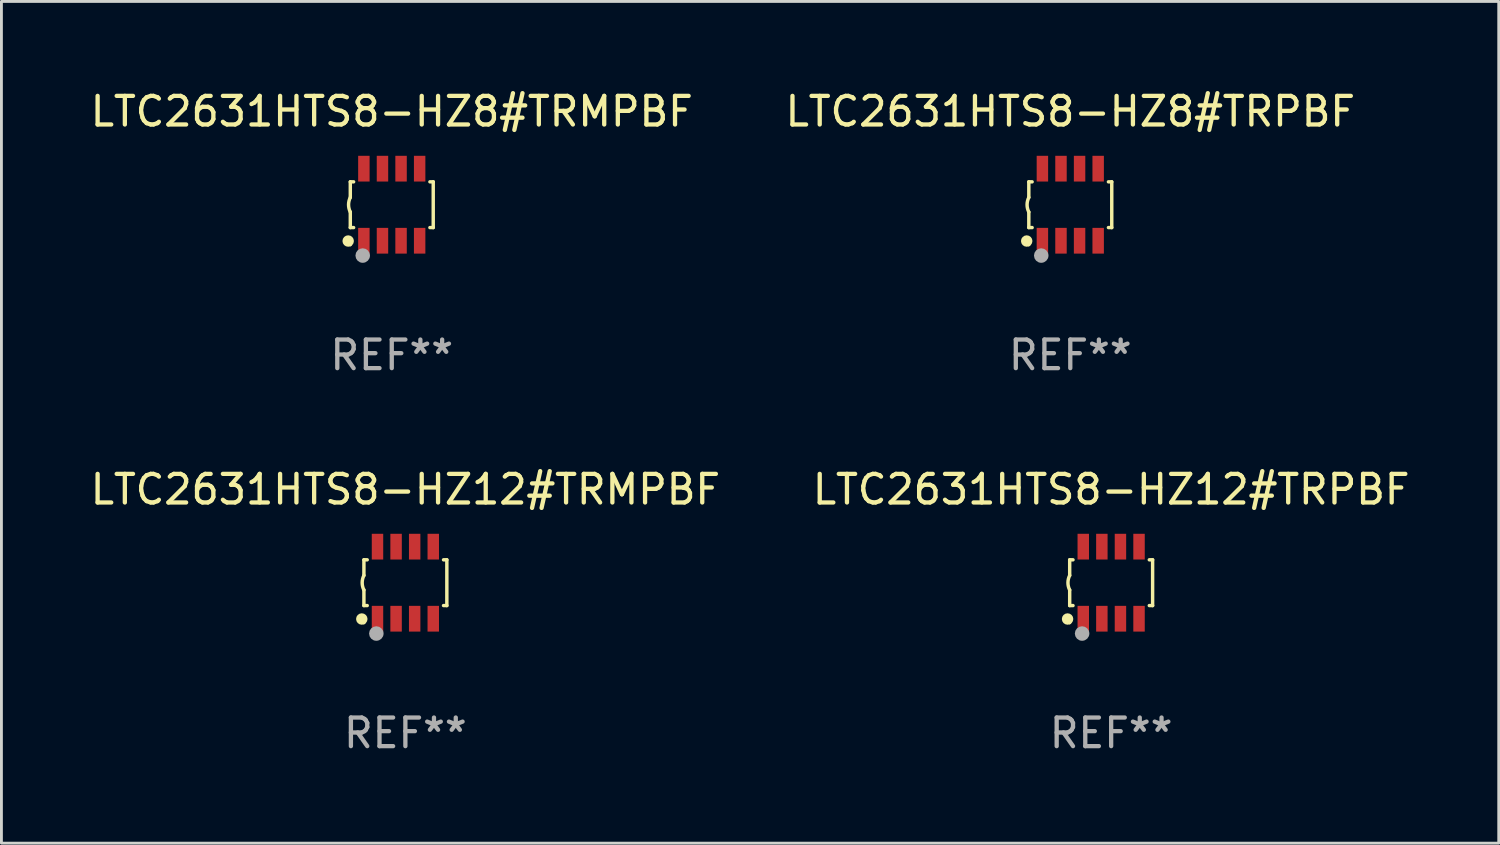
<source format=kicad_pcb>
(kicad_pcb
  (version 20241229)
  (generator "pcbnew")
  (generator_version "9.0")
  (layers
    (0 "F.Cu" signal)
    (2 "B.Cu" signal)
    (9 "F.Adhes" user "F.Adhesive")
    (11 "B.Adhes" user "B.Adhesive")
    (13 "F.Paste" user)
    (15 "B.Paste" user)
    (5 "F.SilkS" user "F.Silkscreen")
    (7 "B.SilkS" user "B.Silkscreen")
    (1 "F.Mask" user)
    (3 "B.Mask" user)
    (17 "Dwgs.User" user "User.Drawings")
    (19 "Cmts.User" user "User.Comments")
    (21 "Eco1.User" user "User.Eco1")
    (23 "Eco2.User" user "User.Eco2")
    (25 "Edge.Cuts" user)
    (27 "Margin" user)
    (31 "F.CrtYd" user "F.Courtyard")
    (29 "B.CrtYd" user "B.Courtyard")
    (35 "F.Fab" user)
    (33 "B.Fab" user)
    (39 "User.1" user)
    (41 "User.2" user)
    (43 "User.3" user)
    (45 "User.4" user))
  (footprint "LTC2631HTS8-HZ8#TRPBF"
    (layer "F.Cu")
    (at 34.375 4.108)
    (property "Reference" "LTC2631HTS8-HZ8#TRPBF" (at 0 -3.26 0) (layer "F.SilkS") (effects (font (size 1 1) (thickness 0.15))))
    (attr through_hole)
    (fp_line (start -1.45 -0.8) (end -1.45 -0.254) (stroke (width 0.12) (type solid)) (layer "F.SilkS"))
    (fp_line (start -1.45 -0.8) (end -1.334 -0.8) (stroke (width 0.12) (type solid)) (layer "F.SilkS"))
    (fp_line (start -1.45 0.8) (end -1.45 0.254) (stroke (width 0.12) (type solid)) (layer "F.SilkS"))
    (fp_line (start -1.45 0.8) (end -1.334 0.8) (stroke (width 0.12) (type solid)) (layer "F.SilkS"))
    (fp_line (start 1.334 -0.8) (end 1.45 -0.8) (stroke (width 0.12) (type solid)) (layer "F.SilkS"))
    (fp_line (start 1.334 0.8) (end 1.45 0.8) (stroke (width 0.12) (type solid)) (layer "F.SilkS"))
    (fp_line (start 1.45 0.8) (end 1.45 -0.8) (stroke (width 0.12) (type solid)) (layer "F.SilkS"))
    (fp_arc (start -1.45075 0.255144) (mid -1.510605 0.000434) (end -1.450013 -0.254102) (stroke (width 0.11999) (type solid)) (layer "F.SilkS"))
    (fp_circle (center -1.524 1.27) (end -1.424 1.27) (stroke (width 0.2) (type solid)) (fill no) (layer "F.SilkS"))
    (fp_circle (center -1.45 1.4) (end -1.42 1.4) (stroke (width 0.06) (type solid)) (fill no) (layer "F.SilkS"))
    (fp_circle (center -1.016 1.778) (end -0.889 1.778) (stroke (width 0.254) (type solid)) (fill no) (layer "F.Fab"))
    (fp_text user "REF**" (at 0 5.26 0) (layer "F.Fab") (effects (font (size 1 1) (thickness 0.15))))
    (pad "1" smd rect (at -0.975 1.26) (size 0.4 0.9) (layers "F.Cu" "F.Mask" "F.Paste"))
    (pad "2" smd rect (at -0.325 1.26) (size 0.4 0.9) (layers "F.Cu" "F.Mask" "F.Paste"))
    (pad "3" smd rect (at 0.325 1.26) (size 0.4 0.9) (layers "F.Cu" "F.Mask" "F.Paste"))
    (pad "4" smd rect (at 0.975 1.26) (size 0.4 0.9) (layers "F.Cu" "F.Mask" "F.Paste"))
    (pad "5" smd rect (at 0.975 -1.26) (size 0.4 0.9) (layers "F.Cu" "F.Mask" "F.Paste"))
    (pad "6" smd rect (at 0.325 -1.26) (size 0.4 0.9) (layers "F.Cu" "F.Mask" "F.Paste"))
    (pad "7" smd rect (at -0.325 -1.26) (size 0.4 0.9) (layers "F.Cu" "F.Mask" "F.Paste"))
    (pad "8" smd rect (at -0.975 -1.26) (size 0.4 0.9) (layers "F.Cu" "F.Mask" "F.Paste")))
  (footprint "LTC2631HTS8-HZ8#TRMPBF"
    (layer "F.Cu")
    (at 10.649 4.108)
    (property "Reference" "LTC2631HTS8-HZ8#TRMPBF" (at 0 -3.26 0) (layer "F.SilkS") (effects (font (size 1 1) (thickness 0.15))))
    (attr through_hole)
    (fp_line (start -1.45 -0.8) (end -1.45 -0.254) (stroke (width 0.12) (type solid)) (layer "F.SilkS"))
    (fp_line (start -1.45 -0.8) (end -1.334 -0.8) (stroke (width 0.12) (type solid)) (layer "F.SilkS"))
    (fp_line (start -1.45 0.8) (end -1.45 0.254) (stroke (width 0.12) (type solid)) (layer "F.SilkS"))
    (fp_line (start -1.45 0.8) (end -1.334 0.8) (stroke (width 0.12) (type solid)) (layer "F.SilkS"))
    (fp_line (start 1.334 -0.8) (end 1.45 -0.8) (stroke (width 0.12) (type solid)) (layer "F.SilkS"))
    (fp_line (start 1.334 0.8) (end 1.45 0.8) (stroke (width 0.12) (type solid)) (layer "F.SilkS"))
    (fp_line (start 1.45 0.8) (end 1.45 -0.8) (stroke (width 0.12) (type solid)) (layer "F.SilkS"))
    (fp_arc (start -1.45075 0.255144) (mid -1.510605 0.000434) (end -1.450013 -0.254102) (stroke (width 0.11999) (type solid)) (layer "F.SilkS"))
    (fp_circle (center -1.524 1.27) (end -1.424 1.27) (stroke (width 0.2) (type solid)) (fill no) (layer "F.SilkS"))
    (fp_circle (center -1.45 1.4) (end -1.42 1.4) (stroke (width 0.06) (type solid)) (fill no) (layer "F.SilkS"))
    (fp_circle (center -1.016 1.778) (end -0.889 1.778) (stroke (width 0.254) (type solid)) (fill no) (layer "F.Fab"))
    (fp_text user "REF**" (at 0 5.26 0) (layer "F.Fab") (effects (font (size 1 1) (thickness 0.15))))
    (pad "1" smd rect (at -0.975 1.26) (size 0.4 0.9) (layers "F.Cu" "F.Mask" "F.Paste"))
    (pad "2" smd rect (at -0.325 1.26) (size 0.4 0.9) (layers "F.Cu" "F.Mask" "F.Paste"))
    (pad "3" smd rect (at 0.325 1.26) (size 0.4 0.9) (layers "F.Cu" "F.Mask" "F.Paste"))
    (pad "4" smd rect (at 0.975 1.26) (size 0.4 0.9) (layers "F.Cu" "F.Mask" "F.Paste"))
    (pad "5" smd rect (at 0.975 -1.26) (size 0.4 0.9) (layers "F.Cu" "F.Mask" "F.Paste"))
    (pad "6" smd rect (at 0.325 -1.26) (size 0.4 0.9) (layers "F.Cu" "F.Mask" "F.Paste"))
    (pad "7" smd rect (at -0.325 -1.26) (size 0.4 0.9) (layers "F.Cu" "F.Mask" "F.Paste"))
    (pad "8" smd rect (at -0.975 -1.26) (size 0.4 0.9) (layers "F.Cu" "F.Mask" "F.Paste")))
  (footprint "LTC2631HTS8-HZ12#TRPBF"
    (layer "F.Cu")
    (at 35.804 17.325)
    (property "Reference" "LTC2631HTS8-HZ12#TRPBF" (at 0 -3.26 0) (layer "F.SilkS") (effects (font (size 1 1) (thickness 0.15))))
    (attr through_hole)
    (fp_line (start -1.45 -0.8) (end -1.45 -0.254) (stroke (width 0.12) (type solid)) (layer "F.SilkS"))
    (fp_line (start -1.45 -0.8) (end -1.334 -0.8) (stroke (width 0.12) (type solid)) (layer "F.SilkS"))
    (fp_line (start -1.45 0.8) (end -1.45 0.254) (stroke (width 0.12) (type solid)) (layer "F.SilkS"))
    (fp_line (start -1.45 0.8) (end -1.334 0.8) (stroke (width 0.12) (type solid)) (layer "F.SilkS"))
    (fp_line (start 1.334 -0.8) (end 1.45 -0.8) (stroke (width 0.12) (type solid)) (layer "F.SilkS"))
    (fp_line (start 1.334 0.8) (end 1.45 0.8) (stroke (width 0.12) (type solid)) (layer "F.SilkS"))
    (fp_line (start 1.45 0.8) (end 1.45 -0.8) (stroke (width 0.12) (type solid)) (layer "F.SilkS"))
    (fp_arc (start -1.45075 0.255144) (mid -1.510605 0.000434) (end -1.450013 -0.254102) (stroke (width 0.11999) (type solid)) (layer "F.SilkS"))
    (fp_circle (center -1.524 1.27) (end -1.424 1.27) (stroke (width 0.2) (type solid)) (fill no) (layer "F.SilkS"))
    (fp_circle (center -1.45 1.4) (end -1.42 1.4) (stroke (width 0.06) (type solid)) (fill no) (layer "F.SilkS"))
    (fp_circle (center -1.016 1.778) (end -0.889 1.778) (stroke (width 0.254) (type solid)) (fill no) (layer "F.Fab"))
    (fp_text user "REF**" (at 0 5.26 0) (layer "F.Fab") (effects (font (size 1 1) (thickness 0.15))))
    (pad "1" smd rect (at -0.975 1.26) (size 0.4 0.9) (layers "F.Cu" "F.Mask" "F.Paste"))
    (pad "2" smd rect (at -0.325 1.26) (size 0.4 0.9) (layers "F.Cu" "F.Mask" "F.Paste"))
    (pad "3" smd rect (at 0.325 1.26) (size 0.4 0.9) (layers "F.Cu" "F.Mask" "F.Paste"))
    (pad "4" smd rect (at 0.975 1.26) (size 0.4 0.9) (layers "F.Cu" "F.Mask" "F.Paste"))
    (pad "5" smd rect (at 0.975 -1.26) (size 0.4 0.9) (layers "F.Cu" "F.Mask" "F.Paste"))
    (pad "6" smd rect (at 0.325 -1.26) (size 0.4 0.9) (layers "F.Cu" "F.Mask" "F.Paste"))
    (pad "7" smd rect (at -0.325 -1.26) (size 0.4 0.9) (layers "F.Cu" "F.Mask" "F.Paste"))
    (pad "8" smd rect (at -0.975 -1.26) (size 0.4 0.9) (layers "F.Cu" "F.Mask" "F.Paste")))
  (footprint "LTC2631HTS8-HZ12#TRMPBF"
    (layer "F.Cu")
    (at 11.125 17.325)
    (property "Reference" "LTC2631HTS8-HZ12#TRMPBF" (at 0 -3.26 0) (layer "F.SilkS") (effects (font (size 1 1) (thickness 0.15))))
    (attr through_hole)
    (fp_line (start -1.45 -0.8) (end -1.45 -0.254) (stroke (width 0.12) (type solid)) (layer "F.SilkS"))
    (fp_line (start -1.45 -0.8) (end -1.334 -0.8) (stroke (width 0.12) (type solid)) (layer "F.SilkS"))
    (fp_line (start -1.45 0.8) (end -1.45 0.254) (stroke (width 0.12) (type solid)) (layer "F.SilkS"))
    (fp_line (start -1.45 0.8) (end -1.334 0.8) (stroke (width 0.12) (type solid)) (layer "F.SilkS"))
    (fp_line (start 1.334 -0.8) (end 1.45 -0.8) (stroke (width 0.12) (type solid)) (layer "F.SilkS"))
    (fp_line (start 1.334 0.8) (end 1.45 0.8) (stroke (width 0.12) (type solid)) (layer "F.SilkS"))
    (fp_line (start 1.45 0.8) (end 1.45 -0.8) (stroke (width 0.12) (type solid)) (layer "F.SilkS"))
    (fp_arc (start -1.45075 0.255144) (mid -1.510605 0.000434) (end -1.450013 -0.254102) (stroke (width 0.11999) (type solid)) (layer "F.SilkS"))
    (fp_circle (center -1.524 1.27) (end -1.424 1.27) (stroke (width 0.2) (type solid)) (fill no) (layer "F.SilkS"))
    (fp_circle (center -1.45 1.4) (end -1.42 1.4) (stroke (width 0.06) (type solid)) (fill no) (layer "F.SilkS"))
    (fp_circle (center -1.016 1.778) (end -0.889 1.778) (stroke (width 0.254) (type solid)) (fill no) (layer "F.Fab"))
    (fp_text user "REF**" (at 0 5.26 0) (layer "F.Fab") (effects (font (size 1 1) (thickness 0.15))))
    (pad "1" smd rect (at -0.975 1.26) (size 0.4 0.9) (layers "F.Cu" "F.Mask" "F.Paste"))
    (pad "2" smd rect (at -0.325 1.26) (size 0.4 0.9) (layers "F.Cu" "F.Mask" "F.Paste"))
    (pad "3" smd rect (at 0.325 1.26) (size 0.4 0.9) (layers "F.Cu" "F.Mask" "F.Paste"))
    (pad "4" smd rect (at 0.975 1.26) (size 0.4 0.9) (layers "F.Cu" "F.Mask" "F.Paste"))
    (pad "5" smd rect (at 0.975 -1.26) (size 0.4 0.9) (layers "F.Cu" "F.Mask" "F.Paste"))
    (pad "6" smd rect (at 0.325 -1.26) (size 0.4 0.9) (layers "F.Cu" "F.Mask" "F.Paste"))
    (pad "7" smd rect (at -0.325 -1.26) (size 0.4 0.9) (layers "F.Cu" "F.Mask" "F.Paste"))
    (pad "8" smd rect (at -0.975 -1.26) (size 0.4 0.9) (layers "F.Cu" "F.Mask" "F.Paste")))
  (gr_rect
    (start -3 -3)
    (end 49.357 26.433)
    (stroke (width 0.1) (type default))
    (fill no)
    (layer "Edge.Cuts")))
</source>
